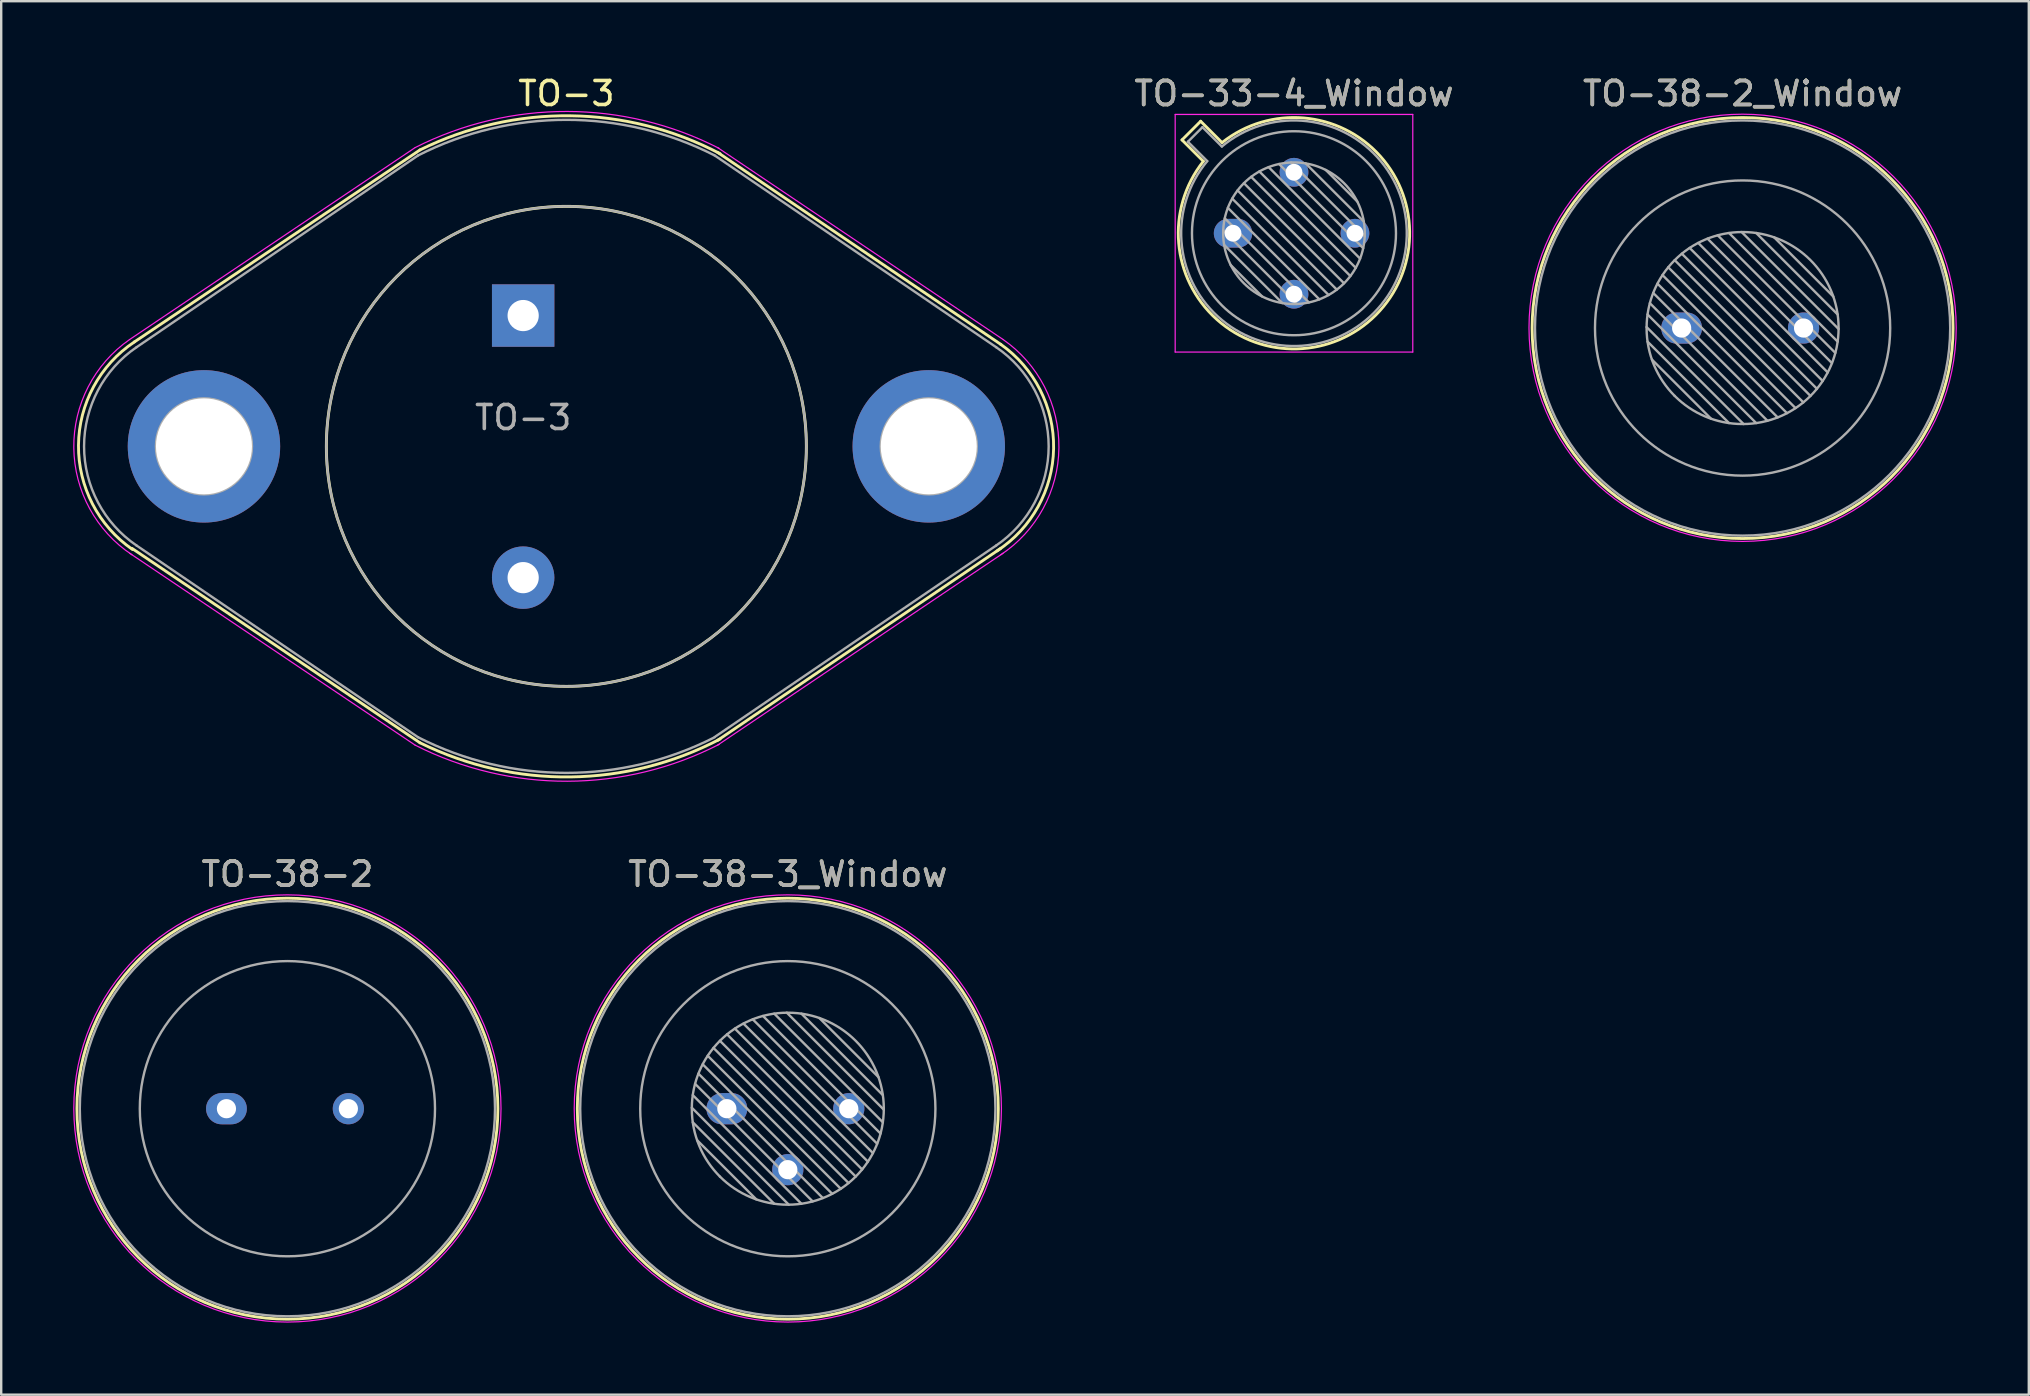
<source format=kicad_pcb>
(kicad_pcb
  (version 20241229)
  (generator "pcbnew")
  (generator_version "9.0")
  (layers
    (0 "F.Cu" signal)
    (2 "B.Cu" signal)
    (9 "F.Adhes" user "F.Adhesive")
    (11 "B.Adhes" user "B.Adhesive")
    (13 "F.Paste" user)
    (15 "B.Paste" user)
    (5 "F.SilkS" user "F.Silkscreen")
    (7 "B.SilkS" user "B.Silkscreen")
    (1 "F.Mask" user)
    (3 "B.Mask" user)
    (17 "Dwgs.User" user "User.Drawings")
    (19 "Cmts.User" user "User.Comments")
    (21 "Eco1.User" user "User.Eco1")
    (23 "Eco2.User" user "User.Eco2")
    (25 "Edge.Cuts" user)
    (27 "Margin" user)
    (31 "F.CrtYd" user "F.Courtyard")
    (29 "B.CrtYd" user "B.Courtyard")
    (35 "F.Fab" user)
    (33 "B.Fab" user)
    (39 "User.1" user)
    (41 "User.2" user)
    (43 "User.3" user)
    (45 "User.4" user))
  (footprint "TO-33-4_Window"
    (layer "F.Cu")
    (at 48.325 6.668)
    (property "Reference" "TO-33-4_Window" (at 2.54 -5.82 0) (layer "F.SilkS") (effects (font (size 1 1) (thickness 0.15))))
    (attr through_hole)
    (fp_line (start -2.126 -3.888) (end -1.235 -2.997) (stroke (width 0.12) (type solid)) (layer "F.SilkS"))
    (fp_line (start -1.348 -4.666) (end -2.126 -3.888) (stroke (width 0.12) (type solid)) (layer "F.SilkS"))
    (fp_line (start -0.457 -3.775) (end -1.348 -4.666) (stroke (width 0.12) (type solid)) (layer "F.SilkS"))
    (fp_arc (start -0.457084 -3.774902) (mid 5.948125 3.408384) (end -1.234674 -2.997371) (stroke (width 0.12) (type solid)) (layer "F.SilkS"))
    (fp_line (start -2.41 -4.95) (end -2.41 4.95) (stroke (width 0.05) (type solid)) (layer "F.CrtYd"))
    (fp_line (start -2.41 4.95) (end 7.49 4.95) (stroke (width 0.05) (type solid)) (layer "F.CrtYd"))
    (fp_line (start 7.49 -4.95) (end -2.41 -4.95) (stroke (width 0.05) (type solid)) (layer "F.CrtYd"))
    (fp_line (start 7.49 4.95) (end 7.49 -4.95) (stroke (width 0.05) (type solid)) (layer "F.CrtYd"))
    (fp_line (start -1.88 -3.812) (end -1.074 -3.005) (stroke (width 0.1) (type solid)) (layer "F.Fab"))
    (fp_line (start -1.272 -4.42) (end -1.88 -3.812) (stroke (width 0.1) (type solid)) (layer "F.Fab"))
    (fp_line (start -0.465 -3.614) (end -1.272 -4.42) (stroke (width 0.1) (type solid)) (layer "F.Fab"))
    (fp_line (start -0.408 -0.12) (end 2.66 2.948) (stroke (width 0.1) (type solid)) (layer "F.Fab"))
    (fp_line (start -0.371 0.485) (end 2.055 2.911) (stroke (width 0.1) (type solid)) (layer "F.Fab"))
    (fp_line (start -0.344 -0.622) (end 3.162 2.884) (stroke (width 0.1) (type solid)) (layer "F.Fab"))
    (fp_line (start -0.215 -1.058) (end 3.598 2.755) (stroke (width 0.1) (type solid)) (layer "F.Fab"))
    (fp_line (start -0.097 1.324) (end 1.216 2.637) (stroke (width 0.1) (type solid)) (layer "F.Fab"))
    (fp_line (start -0.034 -1.443) (end 3.983 2.574) (stroke (width 0.1) (type solid)) (layer "F.Fab"))
    (fp_line (start 0.19 -1.784) (end 4.324 2.35) (stroke (width 0.1) (type solid)) (layer "F.Fab"))
    (fp_line (start 0.454 -2.086) (end 4.626 2.086) (stroke (width 0.1) (type solid)) (layer "F.Fab"))
    (fp_line (start 0.756 -2.35) (end 4.89 1.784) (stroke (width 0.1) (type solid)) (layer "F.Fab"))
    (fp_line (start 1.097 -2.574) (end 5.114 1.443) (stroke (width 0.1) (type solid)) (layer "F.Fab"))
    (fp_line (start 1.482 -2.755) (end 5.295 1.058) (stroke (width 0.1) (type solid)) (layer "F.Fab"))
    (fp_line (start 1.918 -2.884) (end 5.424 0.622) (stroke (width 0.1) (type solid)) (layer "F.Fab"))
    (fp_line (start 2.42 -2.948) (end 5.488 0.12) (stroke (width 0.1) (type solid)) (layer "F.Fab"))
    (fp_line (start 3.025 -2.911) (end 5.451 -0.485) (stroke (width 0.1) (type solid)) (layer "F.Fab"))
    (fp_line (start 3.864 -2.637) (end 5.177 -1.324) (stroke (width 0.1) (type solid)) (layer "F.Fab"))
    (fp_arc (start -0.465408 -3.61352) (mid 5.863443 3.323361) (end -1.073594 -3.005319) (stroke (width 0.1) (type solid)) (layer "F.Fab"))
    (fp_circle (center 2.54 0) (end 5.49 0) (stroke (width 0.1) (type solid)) (fill no) (layer "F.Fab"))
    (fp_circle (center 2.54 0) (end 6.79 0) (stroke (width 0.1) (type solid)) (fill no) (layer "F.Fab"))
    (fp_text user "${REFERENCE}" (at 2.54 -5.82 0) (layer "F.Fab") (effects (font (size 1 1) (thickness 0.15))))
    (pad "1" thru_hole oval (at 0 0) (size 1.6 1.2) (drill 0.7) (layers "*.Cu" "*.Mask"))
    (pad "2" thru_hole oval (at 2.54 2.54) (size 1.2 1.2) (drill 0.7) (layers "*.Cu" "*.Mask"))
    (pad "3" thru_hole oval (at 5.08 0) (size 1.2 1.2) (drill 0.7) (layers "*.Cu" "*.Mask"))
    (pad "4" thru_hole oval (at 2.54 -2.54) (size 1.2 1.2) (drill 0.7) (layers "*.Cu" "*.Mask")))
  (footprint "TO-38-2_Window"
    (layer "F.Cu")
    (at 67.017 10.618)
    (property "Reference" "TO-38-2_Window" (at 2.54 -9.77 0) (layer "F.SilkS") (effects (font (size 1 1) (thickness 0.15))))
    (attr through_hole)
    (fp_circle (center 2.54 0) (end 11.31 0) (stroke (width 0.12) (type solid)) (fill no) (layer "F.SilkS"))
    (fp_circle (center 2.54 -0.01) (end 11.44 -0.01) (stroke (width 0.05) (type solid)) (fill no) (layer "F.CrtYd"))
    (fp_line (start -1.46 -0.041) (end 2.581 4) (stroke (width 0.1) (type solid)) (layer "F.Fab"))
    (fp_line (start -1.42 -0.566) (end 3.106 3.96) (stroke (width 0.1) (type solid)) (layer "F.Fab"))
    (fp_line (start -1.42 0.566) (end 1.974 3.96) (stroke (width 0.1) (type solid)) (layer "F.Fab"))
    (fp_line (start -1.324 -1.036) (end 3.576 3.864) (stroke (width 0.1) (type solid)) (layer "F.Fab"))
    (fp_line (start -1.239 1.313) (end 1.227 3.779) (stroke (width 0.1) (type solid)) (layer "F.Fab"))
    (fp_line (start -1.184 -1.461) (end 4.001 3.724) (stroke (width 0.1) (type solid)) (layer "F.Fab"))
    (fp_line (start -1.007 -1.85) (end 4.39 3.547) (stroke (width 0.1) (type solid)) (layer "F.Fab"))
    (fp_line (start -0.797 -2.206) (end 4.746 3.337) (stroke (width 0.1) (type solid)) (layer "F.Fab"))
    (fp_line (start -0.558 -2.532) (end 5.072 3.098) (stroke (width 0.1) (type solid)) (layer "F.Fab"))
    (fp_line (start -0.289 -2.829) (end 5.369 2.829) (stroke (width 0.1) (type solid)) (layer "F.Fab"))
    (fp_line (start -0.289 2.829) (end -0.289 2.829) (stroke (width 0.1) (type solid)) (layer "F.Fab"))
    (fp_line (start 0.008 -3.098) (end 5.638 2.532) (stroke (width 0.1) (type solid)) (layer "F.Fab"))
    (fp_line (start 0.334 -3.337) (end 5.877 2.206) (stroke (width 0.1) (type solid)) (layer "F.Fab"))
    (fp_line (start 0.69 -3.547) (end 6.087 1.85) (stroke (width 0.1) (type solid)) (layer "F.Fab"))
    (fp_line (start 1.079 -3.724) (end 6.264 1.461) (stroke (width 0.1) (type solid)) (layer "F.Fab"))
    (fp_line (start 1.504 -3.864) (end 6.404 1.036) (stroke (width 0.1) (type solid)) (layer "F.Fab"))
    (fp_line (start 1.974 -3.96) (end 6.5 0.566) (stroke (width 0.1) (type solid)) (layer "F.Fab"))
    (fp_line (start 2.499 -4) (end 6.54 0.041) (stroke (width 0.1) (type solid)) (layer "F.Fab"))
    (fp_line (start 3.106 -3.96) (end 6.5 -0.566) (stroke (width 0.1) (type solid)) (layer "F.Fab"))
    (fp_line (start 3.853 -3.779) (end 6.319 -1.313) (stroke (width 0.1) (type solid)) (layer "F.Fab"))
    (fp_circle (center 2.54 0) (end 6.54 0) (stroke (width 0.1) (type solid)) (fill no) (layer "F.Fab"))
    (fp_circle (center 2.54 0) (end 8.69 0) (stroke (width 0.1) (type solid)) (fill no) (layer "F.Fab"))
    (fp_circle (center 2.54 0) (end 11.19 0) (stroke (width 0.1) (type solid)) (fill no) (layer "F.Fab"))
    (fp_text user "${REFERENCE}" (at 2.54 -9.77 0) (layer "F.Fab") (effects (font (size 1 1) (thickness 0.15))))
    (pad "1" thru_hole oval (at 0 0) (size 1.7 1.3) (drill 0.8) (layers "*.Cu" "*.Mask"))
    (pad "2" thru_hole oval (at 5.08 0) (size 1.3 1.3) (drill 0.8) (layers "*.Cu" "*.Mask")))
  (footprint "TO-38-2"
    (layer "F.Cu")
    (at 6.385 43.145)
    (property "Reference" "TO-38-2" (at 2.54 -9.77 0) (layer "F.SilkS") (effects (font (size 1 1) (thickness 0.15))))
    (attr through_hole)
    (fp_circle (center 2.54 0) (end 11.31 0) (stroke (width 0.12) (type solid)) (fill no) (layer "F.SilkS"))
    (fp_circle (center 2.54 -0.01) (end 11.44 -0.01) (stroke (width 0.05) (type solid)) (fill no) (layer "F.CrtYd"))
    (fp_circle (center 2.54 0) (end 8.69 0) (stroke (width 0.1) (type solid)) (fill no) (layer "F.Fab"))
    (fp_circle (center 2.54 0) (end 11.19 0) (stroke (width 0.1) (type solid)) (fill no) (layer "F.Fab"))
    (fp_text user "${REFERENCE}" (at 2.54 -9.77 0) (layer "F.Fab") (effects (font (size 1 1) (thickness 0.15))))
    (pad "1" thru_hole oval (at 0 0) (size 1.7 1.3) (drill 0.8) (layers "*.Cu" "*.Mask"))
    (pad "2" thru_hole oval (at 5.08 0) (size 1.3 1.3) (drill 0.8) (layers "*.Cu" "*.Mask")))
  (footprint "TO-3"
    (layer "F.Cu")
    (at 18.748 10.098)
    (property "Reference" "TO-3" (at 1.8 -9.25 0) (layer "F.SilkS") (effects (font (size 1 1) (thickness 0.15))))
    (fp_line (start -4.3 -6.9) (end -16.2 1.1) (stroke (width 0.12) (type solid)) (layer "F.SilkS"))
    (fp_line (start -4.3 17.8) (end -16.3 9.7) (stroke (width 0.12) (type solid)) (layer "F.SilkS"))
    (fp_line (start 8.1 -6.8) (end 19.9 1.2) (stroke (width 0.12) (type solid)) (layer "F.SilkS"))
    (fp_line (start 8.1 17.7) (end 19.9 9.7) (stroke (width 0.12) (type solid)) (layer "F.SilkS"))
    (fp_arc (start -16.276967 9.747694) (mid -18.527843 5.403471) (end -16.2 1.1) (stroke (width 0.12) (type solid)) (layer "F.SilkS"))
    (fp_arc (start -4.3 -6.9) (mid 1.971643 -8.323273) (end 8.20587 -6.744152) (stroke (width 0.12) (type solid)) (layer "F.SilkS"))
    (fp_arc (start 8.20587 17.644152) (mid 1.971643 19.223273) (end -4.3 17.8) (stroke (width 0.12) (type solid)) (layer "F.SilkS"))
    (fp_arc (start 19.9 1.2) (mid 22.101343 5.542388) (end 19.747176 9.803859) (stroke (width 0.12) (type solid)) (layer "F.SilkS"))
    (fp_circle (center 1.8 5.45) (end 11.8 5.4) (stroke (width 0.12) (type solid)) (fill no) (layer "F.SilkS"))
    (fp_line (start -4.5 -7) (end -16.4 1) (stroke (width 0.05) (type solid)) (layer "F.CrtYd"))
    (fp_line (start -4.5 17.9) (end -16.4 9.9) (stroke (width 0.05) (type solid)) (layer "F.CrtYd"))
    (fp_line (start 8.1 -7) (end 20 1) (stroke (width 0.05) (type solid)) (layer "F.CrtYd"))
    (fp_line (start 8.1 17.9) (end 20 9.9) (stroke (width 0.05) (type solid)) (layer "F.CrtYd"))
    (fp_arc (start -16.296319 9.970461) (mid -18.722967 5.512679) (end -16.4 1) (stroke (width 0.05) (type solid)) (layer "F.CrtYd"))
    (fp_arc (start -4.5 -7) (mid 1.83884 -8.503171) (end 8.169214 -6.964733) (stroke (width 0.05) (type solid)) (layer "F.CrtYd"))
    (fp_arc (start 8.169214 17.864733) (mid 1.83884 19.403171) (end -4.5 17.9) (stroke (width 0.05) (type solid)) (layer "F.CrtYd"))
    (fp_arc (start 20 1) (mid 22.322967 5.512679) (end 19.896319 9.970461) (stroke (width 0.05) (type solid)) (layer "F.CrtYd"))
    (fp_line (start -4.38 -6.67) (end -16.11 1.32) (stroke (width 0.1) (type solid)) (layer "F.Fab"))
    (fp_line (start -4.38 17.57) (end -16.11 9.58) (stroke (width 0.1) (type solid)) (layer "F.Fab"))
    (fp_line (start 7.98 -6.67) (end 19.71 1.32) (stroke (width 0.1) (type solid)) (layer "F.Fab"))
    (fp_line (start 7.98 17.56) (end 19.71 9.58) (stroke (width 0.1) (type solid)) (layer "F.Fab"))
    (fp_arc (start -16.105547 9.583026) (mid -18.295297 5.452692) (end -16.11 1.32) (stroke (width 0.1) (type solid)) (layer "F.Fab"))
    (fp_arc (start -4.38 -6.67) (mid 1.795945 -8.15466) (end 7.972773 -6.673682) (stroke (width 0.1) (type solid)) (layer "F.Fab"))
    (fp_arc (start 7.972773 17.573682) (mid 1.795945 19.05466) (end -4.38 17.57) (stroke (width 0.1) (type solid)) (layer "F.Fab"))
    (fp_arc (start 19.71 1.32) (mid 21.895297 5.452692) (end 19.705547 9.583026) (stroke (width 0.1) (type solid)) (layer "F.Fab"))
    (fp_circle (center -13.3 5.45) (end -15.3 5.45) (stroke (width 0.1) (type solid)) (fill no) (layer "F.Fab"))
    (fp_circle (center 1.8 5.45) (end 11.8 5.45) (stroke (width 0.1) (type solid)) (fill no) (layer "F.Fab"))
    (fp_circle (center 16.9 5.45) (end 18.9 5.45) (stroke (width 0.1) (type solid)) (fill no) (layer "F.Fab"))
    (fp_text user "${REFERENCE}" (at 0 4.25 0) (layer "F.Fab") (effects (font (size 1 1) (thickness 0.15))))
    (pad "1" thru_hole rect (at 0 0) (size 2.6 2.6) (drill 1.3) (layers "*.Cu" "*.Mask"))
    (pad "2" thru_hole circle (at 0 10.92) (size 2.6 2.6) (drill 1.3) (layers "*.Cu" "*.Mask"))
    (pad "3" thru_hole circle (at -13.3 5.45) (size 6.35 6.35) (drill 4) (layers "*.Cu" "*.Mask"))
    (pad "3" thru_hole circle (at 16.9 5.45) (size 6.35 6.35) (drill 4) (layers "*.Cu" "*.Mask")))
  (footprint "TO-38-3_Window"
    (layer "F.Cu")
    (at 27.235 43.145)
    (property "Reference" "TO-38-3_Window" (at 2.54 -9.77 0) (layer "F.SilkS") (effects (font (size 1 1) (thickness 0.15))))
    (attr through_hole)
    (fp_circle (center 2.54 0) (end 11.31 0) (stroke (width 0.12) (type solid)) (fill no) (layer "F.SilkS"))
    (fp_circle (center 2.54 -0.01) (end 11.44 -0.01) (stroke (width 0.05) (type solid)) (fill no) (layer "F.CrtYd"))
    (fp_line (start -1.46 -0.041) (end 2.581 4) (stroke (width 0.1) (type solid)) (layer "F.Fab"))
    (fp_line (start -1.42 -0.566) (end 3.106 3.96) (stroke (width 0.1) (type solid)) (layer "F.Fab"))
    (fp_line (start -1.42 0.566) (end 1.974 3.96) (stroke (width 0.1) (type solid)) (layer "F.Fab"))
    (fp_line (start -1.324 -1.036) (end 3.576 3.864) (stroke (width 0.1) (type solid)) (layer "F.Fab"))
    (fp_line (start -1.239 1.313) (end 1.227 3.779) (stroke (width 0.1) (type solid)) (layer "F.Fab"))
    (fp_line (start -1.184 -1.461) (end 4.001 3.724) (stroke (width 0.1) (type solid)) (layer "F.Fab"))
    (fp_line (start -1.007 -1.85) (end 4.39 3.547) (stroke (width 0.1) (type solid)) (layer "F.Fab"))
    (fp_line (start -0.797 -2.206) (end 4.746 3.337) (stroke (width 0.1) (type solid)) (layer "F.Fab"))
    (fp_line (start -0.558 -2.532) (end 5.072 3.098) (stroke (width 0.1) (type solid)) (layer "F.Fab"))
    (fp_line (start -0.289 -2.829) (end 5.369 2.829) (stroke (width 0.1) (type solid)) (layer "F.Fab"))
    (fp_line (start -0.289 2.829) (end -0.289 2.829) (stroke (width 0.1) (type solid)) (layer "F.Fab"))
    (fp_line (start 0.008 -3.098) (end 5.638 2.532) (stroke (width 0.1) (type solid)) (layer "F.Fab"))
    (fp_line (start 0.334 -3.337) (end 5.877 2.206) (stroke (width 0.1) (type solid)) (layer "F.Fab"))
    (fp_line (start 0.69 -3.547) (end 6.087 1.85) (stroke (width 0.1) (type solid)) (layer "F.Fab"))
    (fp_line (start 1.079 -3.724) (end 6.264 1.461) (stroke (width 0.1) (type solid)) (layer "F.Fab"))
    (fp_line (start 1.504 -3.864) (end 6.404 1.036) (stroke (width 0.1) (type solid)) (layer "F.Fab"))
    (fp_line (start 1.974 -3.96) (end 6.5 0.566) (stroke (width 0.1) (type solid)) (layer "F.Fab"))
    (fp_line (start 2.499 -4) (end 6.54 0.041) (stroke (width 0.1) (type solid)) (layer "F.Fab"))
    (fp_line (start 3.106 -3.96) (end 6.5 -0.566) (stroke (width 0.1) (type solid)) (layer "F.Fab"))
    (fp_line (start 3.853 -3.779) (end 6.319 -1.313) (stroke (width 0.1) (type solid)) (layer "F.Fab"))
    (fp_circle (center 2.54 0) (end 6.54 0) (stroke (width 0.1) (type solid)) (fill no) (layer "F.Fab"))
    (fp_circle (center 2.54 0) (end 8.69 0) (stroke (width 0.1) (type solid)) (fill no) (layer "F.Fab"))
    (fp_circle (center 2.54 0) (end 11.19 0) (stroke (width 0.1) (type solid)) (fill no) (layer "F.Fab"))
    (fp_text user "${REFERENCE}" (at 2.54 -9.77 0) (layer "F.Fab") (effects (font (size 1 1) (thickness 0.15))))
    (pad "1" thru_hole oval (at 0 0) (size 1.7 1.3) (drill 0.8) (layers "*.Cu" "*.Mask"))
    (pad "2" thru_hole oval (at 2.54 2.54) (size 1.3 1.3) (drill 0.8) (layers "*.Cu" "*.Mask"))
    (pad "3" thru_hole oval (at 5.08 0) (size 1.3 1.3) (drill 0.8) (layers "*.Cu" "*.Mask")))
  (gr_rect
    (start -3 -3)
    (end 81.482 55.06)
    (stroke (width 0.1) (type default))
    (fill no)
    (layer "Edge.Cuts")))
</source>
